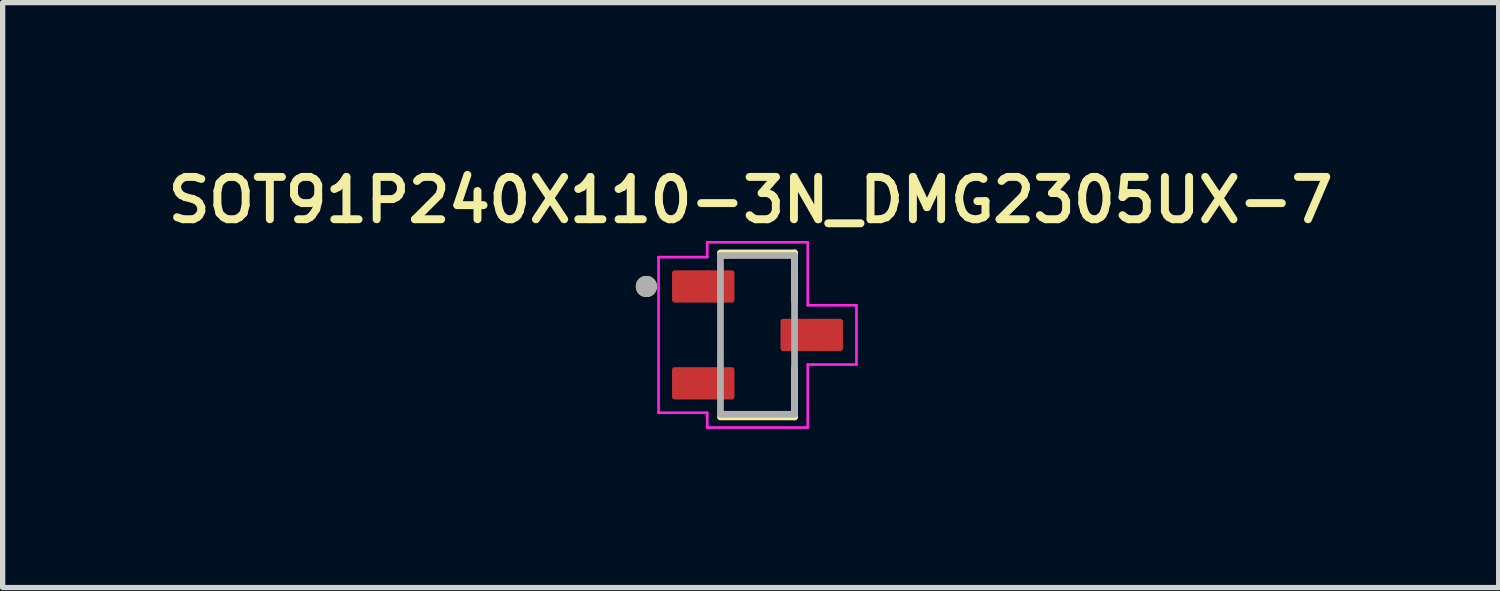
<source format=kicad_pcb>
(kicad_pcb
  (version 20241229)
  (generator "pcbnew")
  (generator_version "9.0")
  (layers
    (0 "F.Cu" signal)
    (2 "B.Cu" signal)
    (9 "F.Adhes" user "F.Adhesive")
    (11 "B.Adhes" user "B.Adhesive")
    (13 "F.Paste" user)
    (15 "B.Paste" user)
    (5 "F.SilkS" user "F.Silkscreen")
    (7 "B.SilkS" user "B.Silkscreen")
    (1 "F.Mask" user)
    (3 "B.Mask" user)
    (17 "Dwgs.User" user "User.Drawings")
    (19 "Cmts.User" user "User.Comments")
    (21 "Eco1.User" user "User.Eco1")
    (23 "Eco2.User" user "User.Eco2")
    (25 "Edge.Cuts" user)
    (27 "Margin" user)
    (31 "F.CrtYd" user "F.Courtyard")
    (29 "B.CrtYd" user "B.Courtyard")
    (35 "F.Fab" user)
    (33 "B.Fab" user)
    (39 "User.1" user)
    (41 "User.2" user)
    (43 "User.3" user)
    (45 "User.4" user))
  (footprint "SOT91P240X110-3N_DMG2305UX-7"
    (layer "F.Cu")
    (at 11.265 3.279)
    (property "Reference" "SOT91P240X110-3N_DMG2305UX-7" (at -0.13 -2.548 0) (layer "F.SilkS") (effects (font (size 0.8 0.8) (thickness 0.15))))
    (attr smd)
    (fp_line (start -0.7 -1.55) (end 0.7 -1.55) (stroke (width 0.127) (type solid)) (layer "F.SilkS"))
    (fp_line (start 0.7 -1.55) (end 0.7 -0.63) (stroke (width 0.127) (type solid)) (layer "F.SilkS"))
    (fp_line (start 0.7 0.63) (end 0.7 1.55) (stroke (width 0.127) (type solid)) (layer "F.SilkS"))
    (fp_line (start 0.7 1.55) (end -0.7 1.55) (stroke (width 0.127) (type solid)) (layer "F.SilkS"))
    (fp_circle (center -2.1 -0.915) (end -2 -0.915) (stroke (width 0.2) (type solid)) (fill no) (layer "F.SilkS"))
    (fp_line (start -1.87 -1.47) (end -0.95 -1.47) (stroke (width 0.05) (type solid)) (layer "F.CrtYd"))
    (fp_line (start -1.87 1.47) (end -1.87 -1.47) (stroke (width 0.05) (type solid)) (layer "F.CrtYd"))
    (fp_line (start -0.95 -1.75) (end 0.95 -1.75) (stroke (width 0.05) (type solid)) (layer "F.CrtYd"))
    (fp_line (start -0.95 -1.47) (end -0.95 -1.75) (stroke (width 0.05) (type solid)) (layer "F.CrtYd"))
    (fp_line (start -0.95 1.47) (end -1.87 1.47) (stroke (width 0.05) (type solid)) (layer "F.CrtYd"))
    (fp_line (start -0.95 1.75) (end -0.95 1.47) (stroke (width 0.05) (type solid)) (layer "F.CrtYd"))
    (fp_line (start 0.95 -1.75) (end 0.95 -0.56) (stroke (width 0.05) (type solid)) (layer "F.CrtYd"))
    (fp_line (start 0.95 -0.56) (end 1.87 -0.56) (stroke (width 0.05) (type solid)) (layer "F.CrtYd"))
    (fp_line (start 0.95 0.56) (end 0.95 1.75) (stroke (width 0.05) (type solid)) (layer "F.CrtYd"))
    (fp_line (start 0.95 1.75) (end -0.95 1.75) (stroke (width 0.05) (type solid)) (layer "F.CrtYd"))
    (fp_line (start 1.87 -0.56) (end 1.87 0.56) (stroke (width 0.05) (type solid)) (layer "F.CrtYd"))
    (fp_line (start 1.87 0.56) (end 0.95 0.56) (stroke (width 0.05) (type solid)) (layer "F.CrtYd"))
    (fp_line (start -0.7 -1.5) (end 0.7 -1.5) (stroke (width 0.127) (type solid)) (layer "F.Fab"))
    (fp_line (start -0.7 1.5) (end -0.7 -1.5) (stroke (width 0.127) (type solid)) (layer "F.Fab"))
    (fp_line (start 0.7 -1.5) (end 0.7 1.5) (stroke (width 0.127) (type solid)) (layer "F.Fab"))
    (fp_line (start 0.7 1.5) (end -0.7 1.5) (stroke (width 0.127) (type solid)) (layer "F.Fab"))
    (fp_circle (center -2.1 -0.915) (end -2 -0.915) (stroke (width 0.2) (type solid)) (fill no) (layer "F.Fab"))
    (pad "1" smd roundrect (at -1.025 -0.915) (size 1.18 0.61) (layers "F.Cu" "F.Mask" "F.Paste") (roundrect_rratio 0.08))
    (pad "2" smd roundrect (at -1.025 0.915) (size 1.18 0.61) (layers "F.Cu" "F.Mask" "F.Paste") (roundrect_rratio 0.08))
    (pad "3" smd roundrect (at 1.025 0) (size 1.18 0.61) (layers "F.Cu" "F.Mask" "F.Paste") (roundrect_rratio 0.08)))
  (gr_rect
    (start -3 -3)
    (end 25.271 8.054)
    (stroke (width 0.1) (type default))
    (fill no)
    (layer "Edge.Cuts")))
</source>
